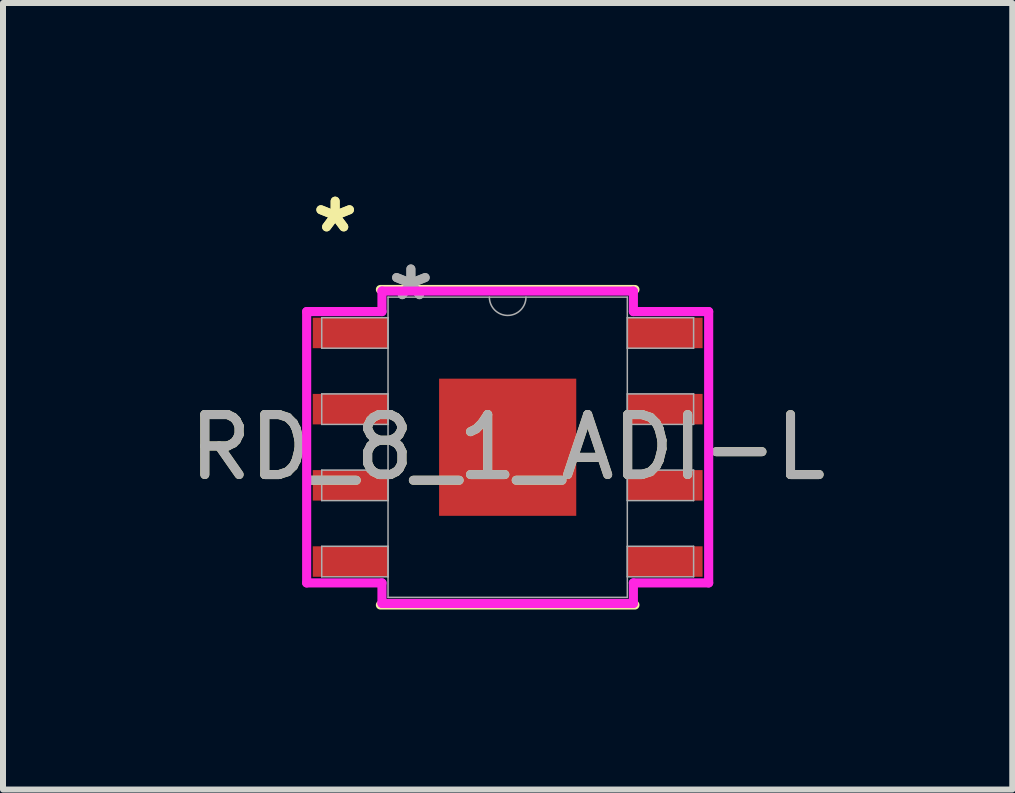
<source format=kicad_pcb>
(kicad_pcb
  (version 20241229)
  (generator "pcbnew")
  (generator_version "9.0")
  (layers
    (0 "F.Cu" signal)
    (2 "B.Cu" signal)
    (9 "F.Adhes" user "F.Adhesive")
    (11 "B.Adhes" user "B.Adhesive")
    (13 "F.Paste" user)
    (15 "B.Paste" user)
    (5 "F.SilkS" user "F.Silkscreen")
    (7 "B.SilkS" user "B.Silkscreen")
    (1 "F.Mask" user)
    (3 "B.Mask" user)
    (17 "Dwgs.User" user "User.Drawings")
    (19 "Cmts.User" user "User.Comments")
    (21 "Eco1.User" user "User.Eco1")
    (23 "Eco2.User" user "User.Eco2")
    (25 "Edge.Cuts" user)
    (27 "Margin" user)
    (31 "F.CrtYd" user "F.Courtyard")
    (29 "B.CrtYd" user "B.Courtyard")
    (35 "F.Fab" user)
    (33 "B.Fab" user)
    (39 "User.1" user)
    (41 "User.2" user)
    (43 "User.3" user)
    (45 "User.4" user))
  (footprint "RD_8_1_ADI-L"
    (layer "F.Cu")
    (at 5.411 4.404)
    (property "Reference" "RD_8_1_ADI-L" (at 0 0 0) (unlocked yes) (layer "F.SilkS") (effects (font (size 1 1) (thickness 0.15))))
    (attr smd)
    (fp_line (start -2.121 2.629) (end 2.121 2.629) (stroke (width 0.152) (type solid)) (layer "F.SilkS"))
    (fp_line (start 2.121 -2.629) (end -2.121 -2.629) (stroke (width 0.152) (type solid)) (layer "F.SilkS"))
    (fp_line (start -3.35 -2.261) (end -2.095 -2.261) (stroke (width 0.152) (type solid)) (layer "F.CrtYd"))
    (fp_line (start -3.35 2.261) (end -3.35 -2.261) (stroke (width 0.152) (type solid)) (layer "F.CrtYd"))
    (fp_line (start -3.35 2.261) (end -2.095 2.261) (stroke (width 0.152) (type solid)) (layer "F.CrtYd"))
    (fp_line (start -2.095 -2.603) (end 2.095 -2.603) (stroke (width 0.152) (type solid)) (layer "F.CrtYd"))
    (fp_line (start -2.095 -2.261) (end -2.095 -2.603) (stroke (width 0.152) (type solid)) (layer "F.CrtYd"))
    (fp_line (start -2.095 2.603) (end -2.095 2.261) (stroke (width 0.152) (type solid)) (layer "F.CrtYd"))
    (fp_line (start 2.095 -2.603) (end 2.095 -2.261) (stroke (width 0.152) (type solid)) (layer "F.CrtYd"))
    (fp_line (start 2.095 2.261) (end 2.095 2.603) (stroke (width 0.152) (type solid)) (layer "F.CrtYd"))
    (fp_line (start 2.095 2.603) (end -2.095 2.603) (stroke (width 0.152) (type solid)) (layer "F.CrtYd"))
    (fp_line (start 3.35 -2.261) (end 2.095 -2.261) (stroke (width 0.152) (type solid)) (layer "F.CrtYd"))
    (fp_line (start 3.35 -2.261) (end 3.35 2.261) (stroke (width 0.152) (type solid)) (layer "F.CrtYd"))
    (fp_line (start 3.35 2.261) (end 2.095 2.261) (stroke (width 0.152) (type solid)) (layer "F.CrtYd"))
    (fp_line (start -3.099 -2.159) (end -3.099 -1.651) (stroke (width 0.025) (type solid)) (layer "F.Fab"))
    (fp_line (start -3.099 -1.651) (end -1.994 -1.651) (stroke (width 0.025) (type solid)) (layer "F.Fab"))
    (fp_line (start -3.099 -0.889) (end -3.099 -0.381) (stroke (width 0.025) (type solid)) (layer "F.Fab"))
    (fp_line (start -3.099 -0.381) (end -1.994 -0.381) (stroke (width 0.025) (type solid)) (layer "F.Fab"))
    (fp_line (start -3.099 0.381) (end -3.099 0.889) (stroke (width 0.025) (type solid)) (layer "F.Fab"))
    (fp_line (start -3.099 0.889) (end -1.994 0.889) (stroke (width 0.025) (type solid)) (layer "F.Fab"))
    (fp_line (start -3.099 1.651) (end -3.099 2.159) (stroke (width 0.025) (type solid)) (layer "F.Fab"))
    (fp_line (start -3.099 2.159) (end -1.994 2.159) (stroke (width 0.025) (type solid)) (layer "F.Fab"))
    (fp_line (start -1.994 -2.502) (end -1.994 2.502) (stroke (width 0.025) (type solid)) (layer "F.Fab"))
    (fp_line (start -1.994 -2.159) (end -3.099 -2.159) (stroke (width 0.025) (type solid)) (layer "F.Fab"))
    (fp_line (start -1.994 -1.651) (end -1.994 -2.159) (stroke (width 0.025) (type solid)) (layer "F.Fab"))
    (fp_line (start -1.994 -0.889) (end -3.099 -0.889) (stroke (width 0.025) (type solid)) (layer "F.Fab"))
    (fp_line (start -1.994 -0.381) (end -1.994 -0.889) (stroke (width 0.025) (type solid)) (layer "F.Fab"))
    (fp_line (start -1.994 0.381) (end -3.099 0.381) (stroke (width 0.025) (type solid)) (layer "F.Fab"))
    (fp_line (start -1.994 0.889) (end -1.994 0.381) (stroke (width 0.025) (type solid)) (layer "F.Fab"))
    (fp_line (start -1.994 1.651) (end -3.099 1.651) (stroke (width 0.025) (type solid)) (layer "F.Fab"))
    (fp_line (start -1.994 2.159) (end -1.994 1.651) (stroke (width 0.025) (type solid)) (layer "F.Fab"))
    (fp_line (start -1.994 2.502) (end 1.994 2.502) (stroke (width 0.025) (type solid)) (layer "F.Fab"))
    (fp_line (start 1.994 -2.502) (end -1.994 -2.502) (stroke (width 0.025) (type solid)) (layer "F.Fab"))
    (fp_line (start 1.994 -2.159) (end 1.994 -1.651) (stroke (width 0.025) (type solid)) (layer "F.Fab"))
    (fp_line (start 1.994 -1.651) (end 3.099 -1.651) (stroke (width 0.025) (type solid)) (layer "F.Fab"))
    (fp_line (start 1.994 -0.889) (end 1.994 -0.381) (stroke (width 0.025) (type solid)) (layer "F.Fab"))
    (fp_line (start 1.994 -0.381) (end 3.099 -0.381) (stroke (width 0.025) (type solid)) (layer "F.Fab"))
    (fp_line (start 1.994 0.381) (end 1.994 0.889) (stroke (width 0.025) (type solid)) (layer "F.Fab"))
    (fp_line (start 1.994 0.889) (end 3.099 0.889) (stroke (width 0.025) (type solid)) (layer "F.Fab"))
    (fp_line (start 1.994 1.651) (end 1.994 2.159) (stroke (width 0.025) (type solid)) (layer "F.Fab"))
    (fp_line (start 1.994 2.159) (end 3.099 2.159) (stroke (width 0.025) (type solid)) (layer "F.Fab"))
    (fp_line (start 1.994 2.502) (end 1.994 -2.502) (stroke (width 0.025) (type solid)) (layer "F.Fab"))
    (fp_line (start 3.099 -2.159) (end 1.994 -2.159) (stroke (width 0.025) (type solid)) (layer "F.Fab"))
    (fp_line (start 3.099 -1.651) (end 3.099 -2.159) (stroke (width 0.025) (type solid)) (layer "F.Fab"))
    (fp_line (start 3.099 -0.889) (end 1.994 -0.889) (stroke (width 0.025) (type solid)) (layer "F.Fab"))
    (fp_line (start 3.099 -0.381) (end 3.099 -0.889) (stroke (width 0.025) (type solid)) (layer "F.Fab"))
    (fp_line (start 3.099 0.381) (end 1.994 0.381) (stroke (width 0.025) (type solid)) (layer "F.Fab"))
    (fp_line (start 3.099 0.889) (end 3.099 0.381) (stroke (width 0.025) (type solid)) (layer "F.Fab"))
    (fp_line (start 3.099 1.651) (end 1.994 1.651) (stroke (width 0.025) (type solid)) (layer "F.Fab"))
    (fp_line (start 3.099 2.159) (end 3.099 1.651) (stroke (width 0.025) (type solid)) (layer "F.Fab"))
    (fp_arc (start 0.3048 -2.5019) (mid 0 -2.1971) (end -0.3048 -2.5019) (stroke (width 0.0254) (type solid)) (layer "F.Fab"))
    (fp_text user "*" (at -2.875 -3.556 0) (unlocked yes) (layer "F.SilkS") (effects (font (size 1 1) (thickness 0.15))))
    (fp_text user "*" (at -2.875 -3.556 0) (layer "F.SilkS") (effects (font (size 1 1) (thickness 0.15))))
    (fp_text user "*" (at -1.613 -2.426 0) (unlocked yes) (layer "F.Fab") (effects (font (size 1 1) (thickness 0.15))))
    (fp_text user "*" (at -1.613 -2.426 0) (layer "F.Fab") (effects (font (size 1 1) (thickness 0.15))))
    (fp_text user "${REFERENCE}" (at 0 0 0) (unlocked yes) (layer "F.Fab") (effects (font (size 1 1) (thickness 0.15))))
    (pad "1" smd rect (at -2.621 -1.905) (size 1.255 0.508) (layers "F.Cu" "F.Mask" "F.Paste"))
    (pad "2" smd rect (at -2.621 -0.635) (size 1.255 0.508) (layers "F.Cu" "F.Mask" "F.Paste"))
    (pad "3" smd rect (at -2.621 0.635) (size 1.255 0.508) (layers "F.Cu" "F.Mask" "F.Paste"))
    (pad "4" smd rect (at -2.621 1.905) (size 1.255 0.508) (layers "F.Cu" "F.Mask" "F.Paste"))
    (pad "5" smd rect (at 2.621 1.905) (size 1.255 0.508) (layers "F.Cu" "F.Mask" "F.Paste"))
    (pad "6" smd rect (at 2.621 0.635) (size 1.255 0.508) (layers "F.Cu" "F.Mask" "F.Paste"))
    (pad "7" smd rect (at 2.621 -0.635) (size 1.255 0.508) (layers "F.Cu" "F.Mask" "F.Paste"))
    (pad "8" smd rect (at 2.621 -1.905) (size 1.255 0.508) (layers "F.Cu" "F.Mask" "F.Paste"))
    (pad "EPAD" smd rect (at 0 0) (size 2.286 2.286) (layers "F.Cu" "F.Mask" "F.Paste")))
  (gr_rect
    (start -3 -3)
    (end 13.821 10.109)
    (stroke (width 0.1) (type default))
    (fill no)
    (layer "Edge.Cuts")))
</source>
